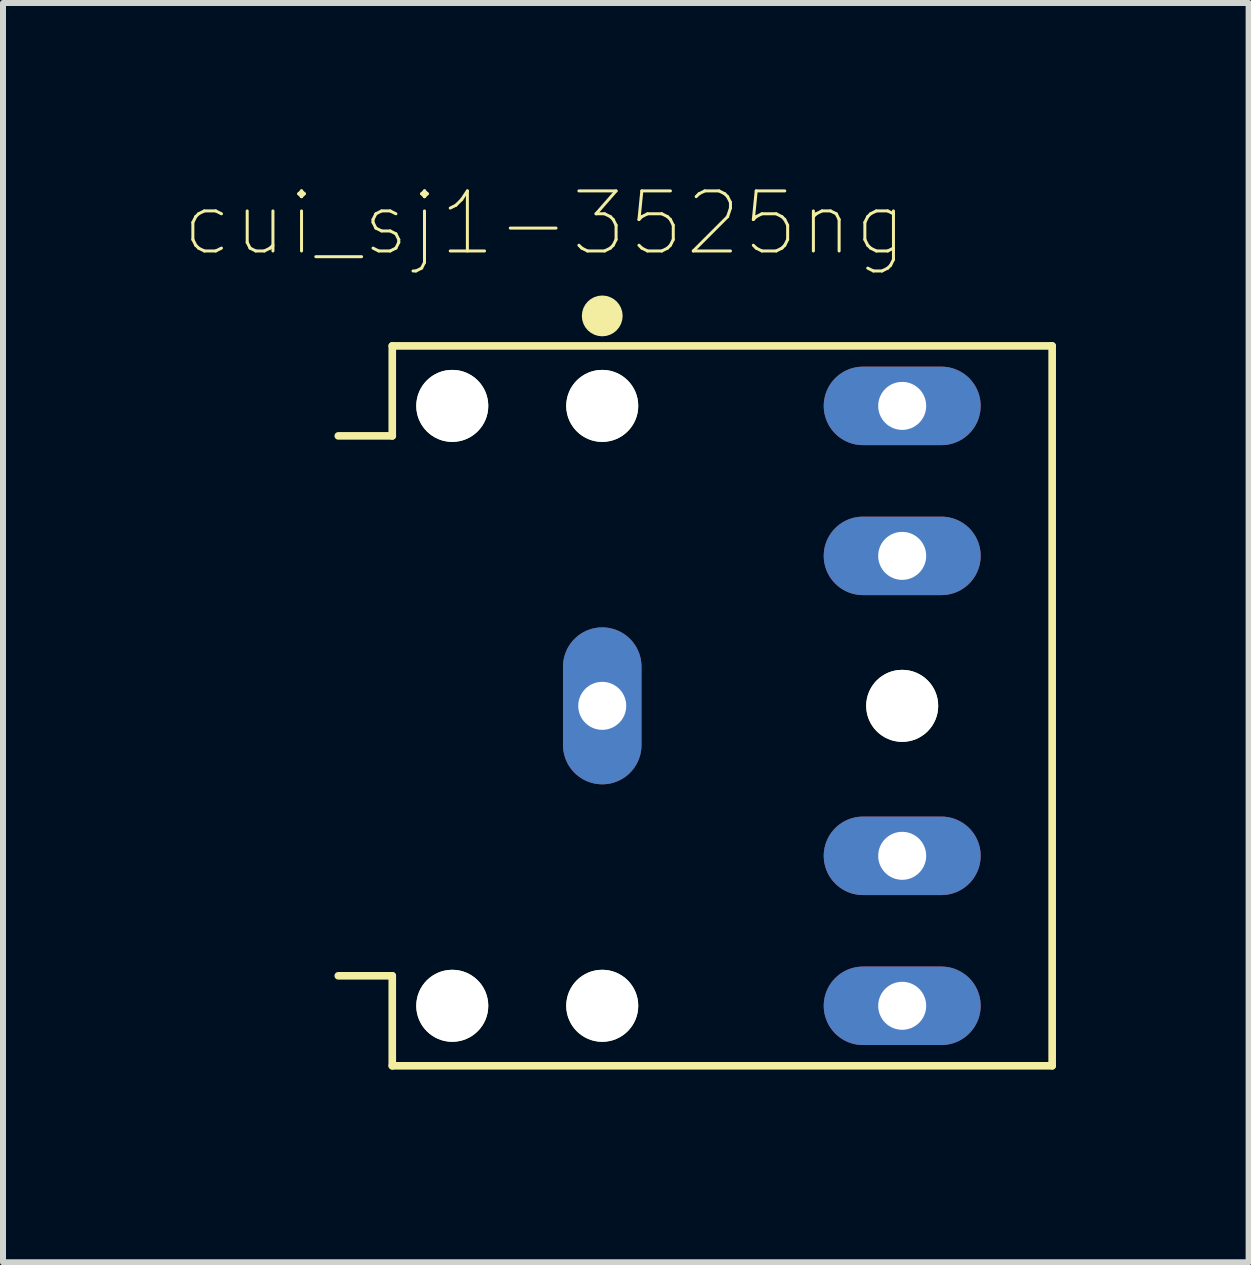
<source format=kicad_pcb>
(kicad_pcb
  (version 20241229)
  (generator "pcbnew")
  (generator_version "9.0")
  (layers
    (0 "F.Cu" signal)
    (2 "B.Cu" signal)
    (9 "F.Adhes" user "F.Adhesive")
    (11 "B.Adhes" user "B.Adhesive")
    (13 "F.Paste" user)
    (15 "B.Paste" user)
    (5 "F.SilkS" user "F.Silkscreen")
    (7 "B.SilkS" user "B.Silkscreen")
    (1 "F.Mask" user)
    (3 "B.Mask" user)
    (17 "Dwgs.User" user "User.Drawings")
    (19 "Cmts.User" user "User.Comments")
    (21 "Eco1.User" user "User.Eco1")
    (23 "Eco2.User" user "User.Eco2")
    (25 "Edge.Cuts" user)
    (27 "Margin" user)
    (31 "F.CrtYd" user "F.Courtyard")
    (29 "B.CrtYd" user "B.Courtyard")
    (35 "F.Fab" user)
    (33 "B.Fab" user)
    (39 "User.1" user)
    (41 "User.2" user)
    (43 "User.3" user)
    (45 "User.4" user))
  (footprint "cui_sj1-3525ng"
    (layer "F.Cu")
    (at 6.989 8.716)
    (property "Reference" "cui_sj1-3525ng" (at -0.961 -8.043 0) (layer "F.SilkS") (effects (font (size 1.001 1.001) (thickness 0.05))))
    (attr through_hole)
    (fp_line (start -4.4 4.5) (end -3.5 4.5) (stroke (width 0.127) (type solid)) (layer "F.SilkS"))
    (fp_line (start -3.5 -6) (end -3.5 -4.5) (stroke (width 0.127) (type solid)) (layer "F.SilkS"))
    (fp_line (start -3.5 -4.5) (end -4.4 -4.5) (stroke (width 0.127) (type solid)) (layer "F.SilkS"))
    (fp_line (start -3.5 4.5) (end -3.5 6) (stroke (width 0.127) (type solid)) (layer "F.SilkS"))
    (fp_line (start 7.5 -6) (end -3.5 -6) (stroke (width 0.127) (type solid)) (layer "F.SilkS"))
    (fp_line (start 7.5 -6) (end 7.5 6) (stroke (width 0.127) (type solid)) (layer "F.SilkS"))
    (fp_line (start 7.5 6) (end -3.5 6) (stroke (width 0.127) (type solid)) (layer "F.SilkS"))
    (fp_circle (center 0 -6.5) (end 0.17 -6.5) (stroke (width 0.34) (type solid)) (fill no) (layer "F.SilkS"))
    (fp_line (start -4.75 -6.25) (end 7.75 -6.25) (stroke (width 0.05) (type solid)) (layer "Eco1.User"))
    (fp_line (start -4.75 6.25) (end -4.75 -6.25) (stroke (width 0.05) (type solid)) (layer "Eco1.User"))
    (fp_line (start 7.75 -6.25) (end 7.75 6.25) (stroke (width 0.05) (type solid)) (layer "Eco1.User"))
    (fp_line (start 7.75 6.25) (end -4.75 6.25) (stroke (width 0.05) (type solid)) (layer "Eco1.User"))
    (fp_line (start -4.5 -4.5) (end -4.5 -2) (stroke (width 0.127) (type solid)) (layer "Eco2.User"))
    (fp_line (start -4.5 -2) (end -3.3 -2) (stroke (width 0.127) (type solid)) (layer "Eco2.User"))
    (fp_line (start -4.5 2) (end -4.5 4.5) (stroke (width 0.127) (type solid)) (layer "Eco2.User"))
    (fp_line (start -4.5 4.5) (end -3.5 4.5) (stroke (width 0.127) (type solid)) (layer "Eco2.User"))
    (fp_line (start -3.5 -6) (end -3.5 -4.5) (stroke (width 0.127) (type solid)) (layer "Eco2.User"))
    (fp_line (start -3.5 -4.5) (end -4.5 -4.5) (stroke (width 0.127) (type solid)) (layer "Eco2.User"))
    (fp_line (start -3.5 4.5) (end -3.5 6) (stroke (width 0.127) (type solid)) (layer "Eco2.User"))
    (fp_line (start -3.3 -2) (end -3.3 2) (stroke (width 0.127) (type solid)) (layer "Eco2.User"))
    (fp_line (start -3.3 2) (end -4.5 2) (stroke (width 0.127) (type solid)) (layer "Eco2.User"))
    (fp_line (start 7.5 -6) (end -3.5 -6) (stroke (width 0.127) (type solid)) (layer "Eco2.User"))
    (fp_line (start 7.5 -6) (end 7.5 6) (stroke (width 0.127) (type solid)) (layer "Eco2.User"))
    (fp_line (start 7.5 6) (end -3.5 6) (stroke (width 0.127) (type solid)) (layer "Eco2.User"))
    (fp_line (start -4.5 -6) (end -4.5 -2) (stroke (width 0.0001) (type solid)) (layer "Edge.Cuts"))
    (fp_line (start -4.5 -2) (end -3.3 -2) (stroke (width 0.0001) (type solid)) (layer "Edge.Cuts"))
    (fp_line (start -4.5 2) (end -4.5 6) (stroke (width 0.0001) (type solid)) (layer "Edge.Cuts"))
    (fp_line (start -3.3 -2) (end -3.3 2) (stroke (width 0.0001) (type solid)) (layer "Edge.Cuts"))
    (fp_line (start -3.3 2) (end -4.5 2) (stroke (width 0.0001) (type solid)) (layer "Edge.Cuts"))
    (fp_line (start -0.4 -0.75) (end 0.4 -0.75) (stroke (width 0.0001) (type solid)) (layer "Edge.Cuts"))
    (fp_line (start -0.4 0.75) (end -0.4 -0.75) (stroke (width 0.0001) (type solid)) (layer "Edge.Cuts"))
    (fp_line (start 0.4 -0.75) (end 0.4 0.75) (stroke (width 0.0001) (type solid)) (layer "Edge.Cuts"))
    (fp_line (start 0.4 0.75) (end -0.4 0.75) (stroke (width 0.0001) (type solid)) (layer "Edge.Cuts"))
    (fp_line (start 4.25 -5.4) (end 5.75 -5.4) (stroke (width 0.0001) (type solid)) (layer "Edge.Cuts"))
    (fp_line (start 4.25 -4.6) (end 4.25 -5.4) (stroke (width 0.0001) (type solid)) (layer "Edge.Cuts"))
    (fp_line (start 4.25 -2.9) (end 5.75 -2.9) (stroke (width 0.0001) (type solid)) (layer "Edge.Cuts"))
    (fp_line (start 4.25 -2.1) (end 4.25 -2.9) (stroke (width 0.0001) (type solid)) (layer "Edge.Cuts"))
    (fp_line (start 4.25 2.1) (end 5.75 2.1) (stroke (width 0.0001) (type solid)) (layer "Edge.Cuts"))
    (fp_line (start 4.25 2.9) (end 4.25 2.1) (stroke (width 0.0001) (type solid)) (layer "Edge.Cuts"))
    (fp_line (start 4.25 4.6) (end 5.75 4.6) (stroke (width 0.0001) (type solid)) (layer "Edge.Cuts"))
    (fp_line (start 4.25 5.4) (end 4.25 4.6) (stroke (width 0.0001) (type solid)) (layer "Edge.Cuts"))
    (fp_line (start 5.75 -5.4) (end 5.75 -4.6) (stroke (width 0.0001) (type solid)) (layer "Edge.Cuts"))
    (fp_line (start 5.75 -4.6) (end 4.25 -4.6) (stroke (width 0.0001) (type solid)) (layer "Edge.Cuts"))
    (fp_line (start 5.75 -2.9) (end 5.75 -2.1) (stroke (width 0.0001) (type solid)) (layer "Edge.Cuts"))
    (fp_line (start 5.75 -2.1) (end 4.25 -2.1) (stroke (width 0.0001) (type solid)) (layer "Edge.Cuts"))
    (fp_line (start 5.75 2.1) (end 5.75 2.9) (stroke (width 0.0001) (type solid)) (layer "Edge.Cuts"))
    (fp_line (start 5.75 2.9) (end 4.25 2.9) (stroke (width 0.0001) (type solid)) (layer "Edge.Cuts"))
    (fp_line (start 5.75 4.6) (end 5.75 5.4) (stroke (width 0.0001) (type solid)) (layer "Edge.Cuts"))
    (fp_line (start 5.75 5.4) (end 4.25 5.4) (stroke (width 0.0001) (type solid)) (layer "Edge.Cuts"))
    (pad "" np_thru_hole circle (at -2.5 -5) (size 1.2 1.2) (drill 1.2) (layers "*.Cu" "*.Mask" "F.SilkS"))
    (pad "" np_thru_hole circle (at -2.5 5) (size 1.2 1.2) (drill 1.2) (layers "*.Cu" "*.Mask" "F.SilkS"))
    (pad "" np_thru_hole circle (at 0 -5) (size 1.2 1.2) (drill 1.2) (layers "*.Cu" "*.Mask" "F.SilkS"))
    (pad "" np_thru_hole circle (at 0 5) (size 1.2 1.2) (drill 1.2) (layers "*.Cu" "*.Mask" "F.SilkS"))
    (pad "" np_thru_hole circle (at 5 0) (size 1.2 1.2) (drill 1.2) (layers "*.Cu" "*.Mask" "F.SilkS"))
    (pad "1" thru_hole oval (at 0 0 90) (size 2.616 1.308) (drill 0.8) (layers "*.Cu" "*.Mask"))
    (pad "2" thru_hole oval (at 5 5 180) (size 2.616 1.308) (drill 0.8) (layers "*.Cu" "*.Mask"))
    (pad "3" thru_hole oval (at 5 -5 180) (size 2.616 1.308) (drill 0.8) (layers "*.Cu" "*.Mask"))
    (pad "4" thru_hole oval (at 5 2.5 180) (size 2.616 1.308) (drill 0.8) (layers "*.Cu" "*.Mask"))
    (pad "5" thru_hole oval (at 5 -2.5 180) (size 2.616 1.308) (drill 0.8) (layers "*.Cu" "*.Mask")))
  (gr_rect
    (start -3 -3)
    (end 17.764 17.991)
    (stroke (width 0.1) (type default))
    (fill no)
    (layer "Edge.Cuts")))
</source>
